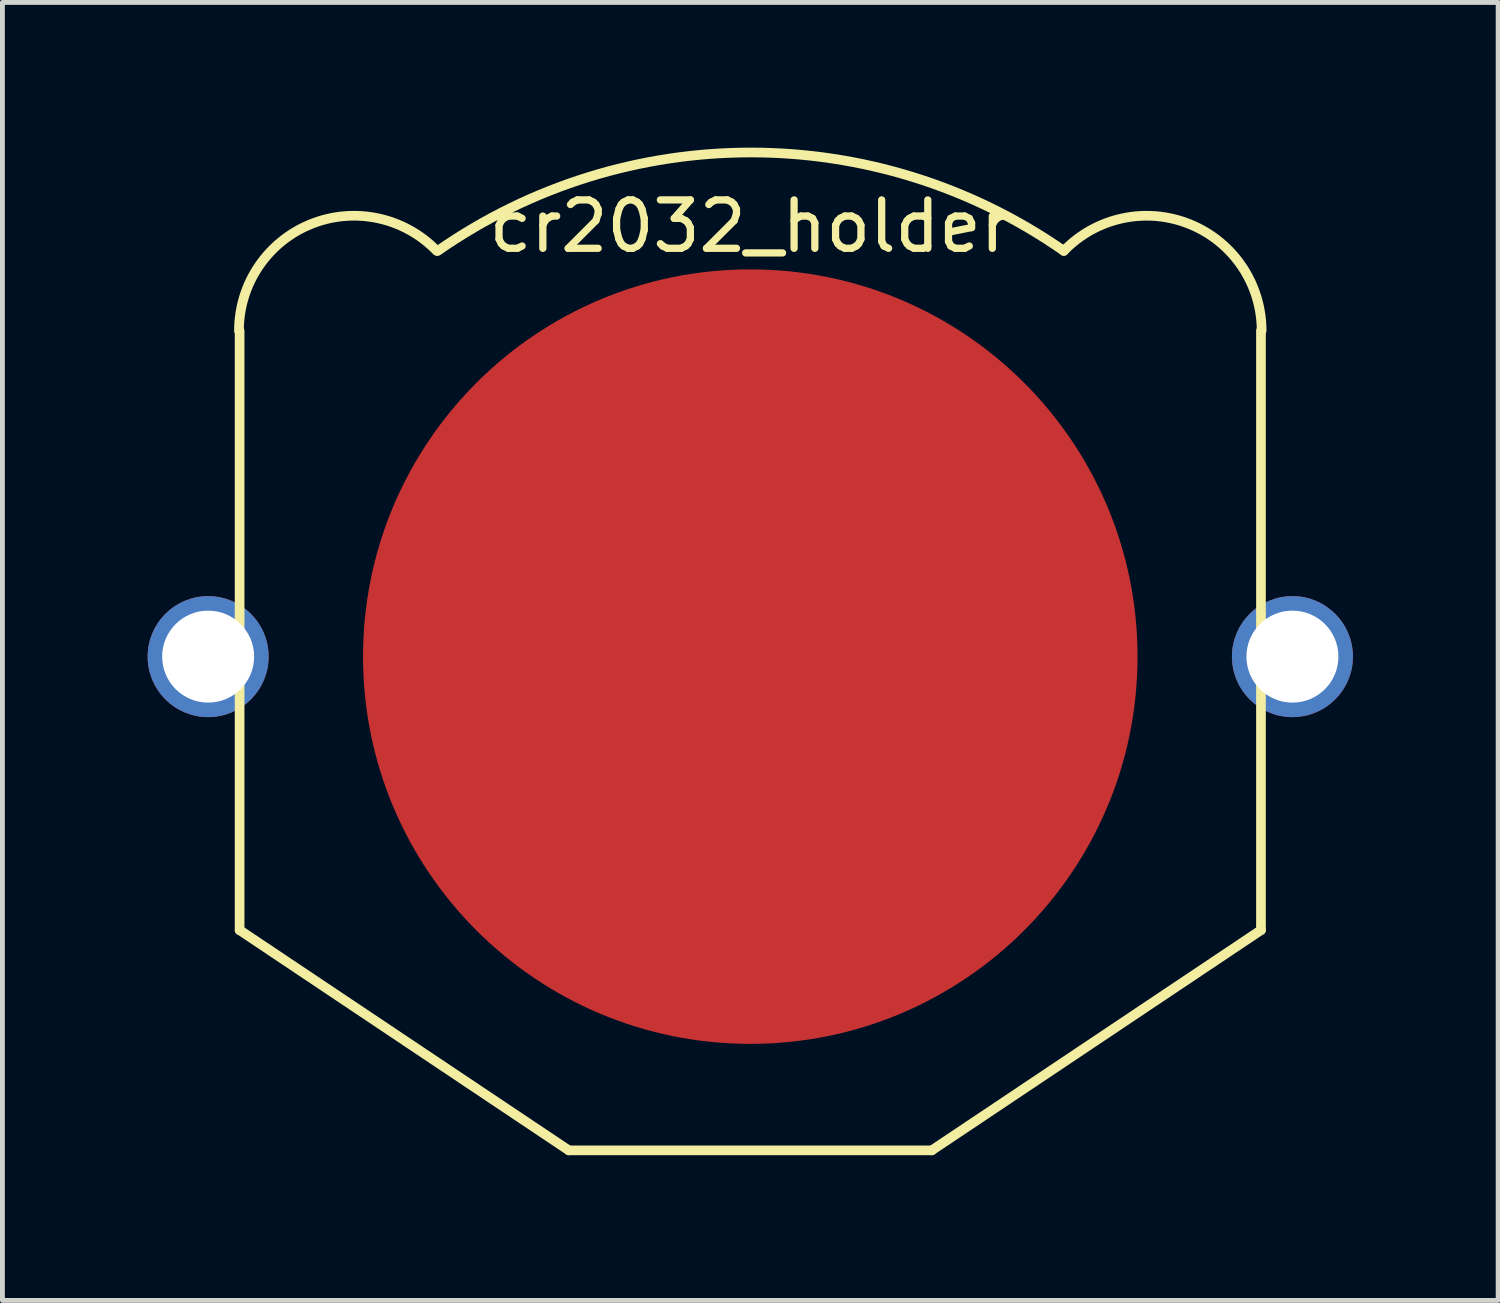
<source format=kicad_pcb>
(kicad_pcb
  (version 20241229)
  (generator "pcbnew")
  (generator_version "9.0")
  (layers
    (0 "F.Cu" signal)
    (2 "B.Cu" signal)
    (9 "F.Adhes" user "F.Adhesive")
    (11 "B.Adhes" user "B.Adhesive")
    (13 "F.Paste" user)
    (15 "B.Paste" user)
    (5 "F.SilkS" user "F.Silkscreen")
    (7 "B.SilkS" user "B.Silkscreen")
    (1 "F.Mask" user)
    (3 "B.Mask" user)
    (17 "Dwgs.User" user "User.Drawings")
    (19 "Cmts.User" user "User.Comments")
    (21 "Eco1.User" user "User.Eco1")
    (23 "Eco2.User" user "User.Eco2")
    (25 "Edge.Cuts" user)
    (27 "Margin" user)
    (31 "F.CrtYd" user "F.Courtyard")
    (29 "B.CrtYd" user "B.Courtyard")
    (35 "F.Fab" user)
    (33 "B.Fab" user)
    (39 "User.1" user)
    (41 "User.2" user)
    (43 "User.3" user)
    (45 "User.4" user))
  (footprint "cr2032_holder"
    (layer "F.Cu")
    (at 12.45 10.515)
    (property "Reference" "cr2032_holder" (at 0 -8.89 0) (layer "F.SilkS") (effects (font (size 1 1) (thickness 0.15))))
    (attr through_hole)
    (fp_line (start -10.55 -6.731) (end -10.55 5.65) (stroke (width 0.2) (type solid)) (layer "F.SilkS"))
    (fp_line (start -3.75 10.2) (end -10.55 5.65) (stroke (width 0.2) (type solid)) (layer "F.SilkS"))
    (fp_line (start -3.75 10.2) (end 3.75 10.2) (stroke (width 0.2) (type solid)) (layer "F.SilkS"))
    (fp_line (start 3.75 10.2) (end 10.55 5.65) (stroke (width 0.2) (type solid)) (layer "F.SilkS"))
    (fp_line (start 10.55 5.65) (end 10.55 -6.731) (stroke (width 0.2) (type solid)) (layer "F.SilkS"))
    (fp_arc (start -10.563295 -6.730998) (mid -9.077035 -8.934818) (end -6.477 -8.382) (stroke (width 0.2) (type solid)) (layer "F.SilkS"))
    (fp_arc (start -6.457771 -8.381561) (mid 0.009545 -10.414736) (end 6.477 -8.382) (stroke (width 0.2) (type solid)) (layer "F.SilkS"))
    (fp_arc (start 6.477 -8.382) (mid 9.077078 -8.934718) (end 10.563526 -6.731) (stroke (width 0.2) (type solid)) (layer "F.SilkS"))
    (pad "1" thru_hole circle (at -11.2 0) (size 2.5 2.5) (drill 1.9) (layers "*.Cu" "*.Mask"))
    (pad "1" thru_hole circle (at 11.2 0) (size 2.5 2.5) (drill 1.9) (layers "*.Cu" "*.Mask"))
    (pad "2" smd circle (at 0 0) (size 16 16) (layers "F.Cu" "F.Mask" "F.Paste")))
  (gr_rect
    (start -3 -3)
    (end 27.9 23.815)
    (stroke (width 0.1) (type default))
    (fill no)
    (layer "Edge.Cuts")))
</source>
